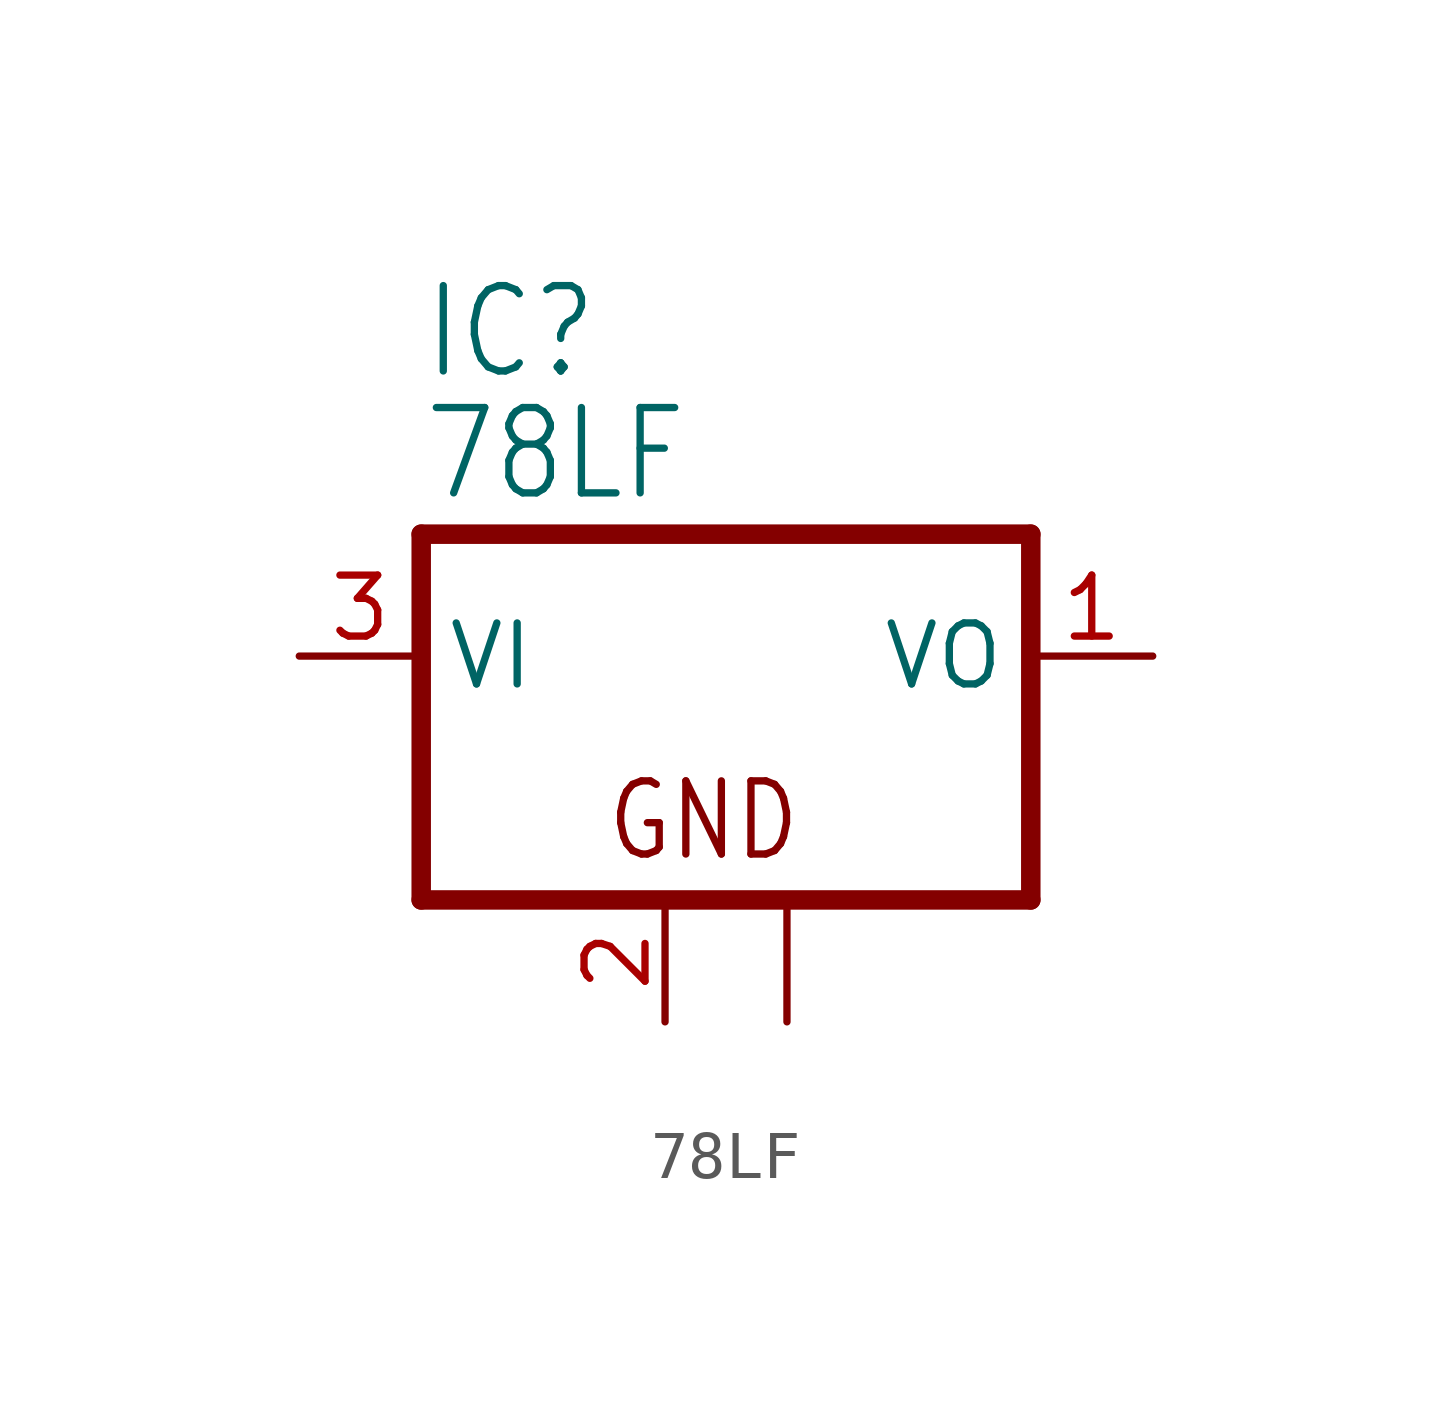
<source format=kicad_sym>
(kicad_symbol_lib
  (version 20211014)
  (generator kicad_symbol_editor)
  (symbol "78LF"
    (property "Reference" "IC"
      (at -5.08 5.715 0)
      (effects (font (size 1.778 1.511)) (justify left bottom)))
    (property "Value" "78LF"
      (at -5.08 3.175 0)
      (effects (font (size 1.778 1.511)) (justify left bottom)))
    (property "ki_locked" ""
      (at 0 0 0)
      (effects (font (size 1.27 1.27))))
    (symbol "78LF_1_0"
      (polyline (pts (xy -5.08 -5.08) (xy 7.62 -5.08)) (stroke (width 0.406) (type default) (color 0 0 0 0)) (fill (type none)))
      (polyline (pts (xy -5.08 2.54) (xy -5.08 -5.08)) (stroke (width 0.406) (type default) (color 0 0 0 0)) (fill (type none)))
      (polyline (pts (xy 7.62 -5.08) (xy 7.62 2.54)) (stroke (width 0.406) (type default) (color 0 0 0 0)) (fill (type none)))
      (polyline (pts (xy 7.62 2.54) (xy -5.08 2.54)) (stroke (width 0.406) (type default) (color 0 0 0 0)) (fill (type none)))
      (text "GND" (at -1.27 -4.318 0) (effects (font (size 1.524 1.295)) (justify left bottom)))
      (pin passive line (at 10.16 0 180) (length 2.54) (name "VO" (effects (font (size 1.27 1.27)))) (number "1" (effects (font (size 1.27 1.27)))))
      (pin passive line (at 0 -7.62 90) (length 2.54) (name "GND" (effects (font (size 0 0)))) (number "2" (effects (font (size 1.27 1.27)))))
      (pin passive line (at 2.54 -7.62 90) (length 2.54) (name "GND@1" (effects (font (size 0 0)))) (number "2@1" (effects (font (size 0 0)))))
      (pin input line (at -7.62 0 0) (length 2.54) (name "VI" (effects (font (size 1.27 1.27)))) (number "3" (effects (font (size 1.27 1.27))))))))
</source>
